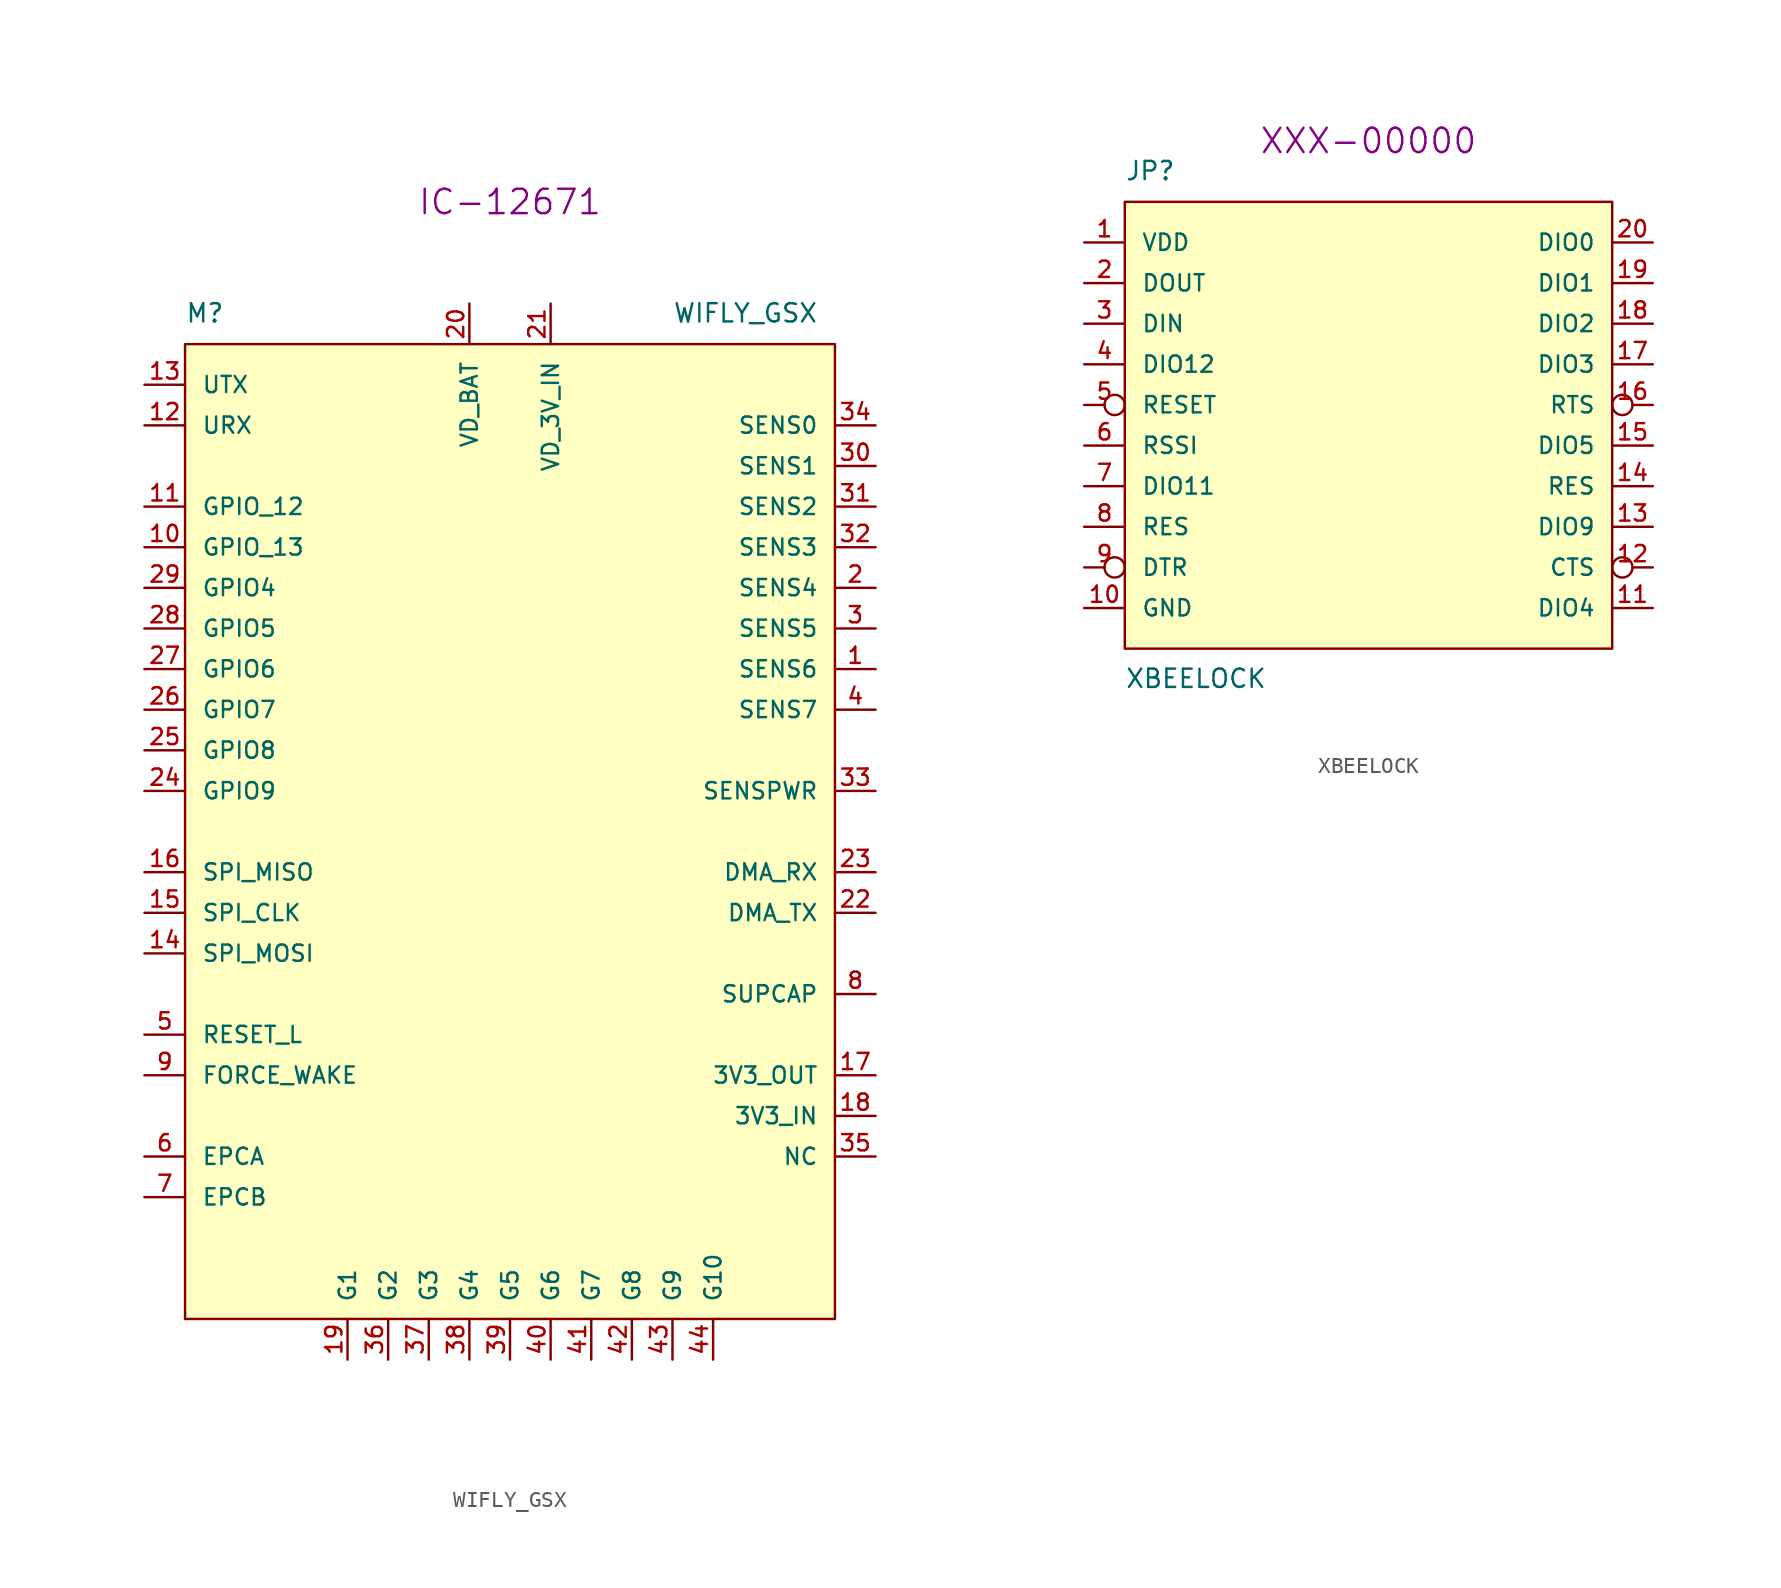
<source format=kicad_sym>
(kicad_symbol_lib
  (version 20201005)
  (generator kicad_symbol_editor)
  (symbol "WIFLY_GSX"
    (pin_names
      (offset 1.016))
    (property "Reference" "M"
      (at -20.32 36.83 0)
      (effects (font (size 1.143 1.143)) (justify left bottom)))
    (property "Value" "WIFLY_GSX"
      (at 10.16 36.83 0)
      (effects (font (size 1.143 1.143)) (justify left bottom)))
    (property "Field4" "IC-12671"
      (at 0 44.45 0)
      (effects (font (size 1.524 1.524))))
    (property "ki_locked" ""
      (at 0 0 0)
      (effects (font (size 1.27 1.27))))
    (symbol "WIFLY_GSX_1_1"
      (polyline (pts (xy -20.32 -25.4) (xy 20.32 -25.4) (xy 20.32 35.56) (xy -20.32 35.56) (xy -20.32 -25.4)) (stroke (width 0)) (fill (type background)))
      (pin bidirectional line (at 22.86 15.24 180) (length 2.54) (name "SENS6" (effects (font (size 1.016 1.016)))) (number "1" (effects (font (size 1.016 1.016)))))
      (pin bidirectional line (at 22.86 20.32 180) (length 2.54) (name "SENS4" (effects (font (size 1.016 1.016)))) (number "2" (effects (font (size 1.016 1.016)))))
      (pin bidirectional line (at 22.86 17.78 180) (length 2.54) (name "SENS5" (effects (font (size 1.016 1.016)))) (number "3" (effects (font (size 1.016 1.016)))))
      (pin bidirectional line (at 22.86 12.7 180) (length 2.54) (name "SENS7" (effects (font (size 1.016 1.016)))) (number "4" (effects (font (size 1.016 1.016)))))
      (pin bidirectional line (at -22.86 -7.62 0) (length 2.54) (name "RESET_L" (effects (font (size 1.016 1.016)))) (number "5" (effects (font (size 1.016 1.016)))))
      (pin bidirectional line (at -22.86 -15.24 0) (length 2.54) (name "EPCA" (effects (font (size 1.016 1.016)))) (number "6" (effects (font (size 1.016 1.016)))))
      (pin bidirectional line (at -22.86 -17.78 0) (length 2.54) (name "EPCB" (effects (font (size 1.016 1.016)))) (number "7" (effects (font (size 1.016 1.016)))))
      (pin bidirectional line (at 22.86 -5.08 180) (length 2.54) (name "SUPCAP" (effects (font (size 1.016 1.016)))) (number "8" (effects (font (size 1.016 1.016)))))
      (pin bidirectional line (at -22.86 -10.16 0) (length 2.54) (name "FORCE_WAKE" (effects (font (size 1.016 1.016)))) (number "9" (effects (font (size 1.016 1.016)))))
      (pin bidirectional line (at -22.86 22.86 0) (length 2.54) (name "GPIO_13" (effects (font (size 1.016 1.016)))) (number "10" (effects (font (size 1.016 1.016)))))
      (pin bidirectional line (at -2.54 38.1 270) (length 2.54) (name "VD_BAT" (effects (font (size 1.016 1.016)))) (number "20" (effects (font (size 1.016 1.016)))))
      (pin bidirectional line (at 22.86 27.94 180) (length 2.54) (name "SENS1" (effects (font (size 1.016 1.016)))) (number "30" (effects (font (size 1.016 1.016)))))
      (pin bidirectional line (at 2.54 -27.94 90) (length 2.54) (name "G6" (effects (font (size 1.016 1.016)))) (number "40" (effects (font (size 1.016 1.016)))))
      (pin bidirectional line (at -22.86 25.4 0) (length 2.54) (name "GPIO_12" (effects (font (size 1.016 1.016)))) (number "11" (effects (font (size 1.016 1.016)))))
      (pin bidirectional line (at 2.54 38.1 270) (length 2.54) (name "VD_3V_IN" (effects (font (size 1.016 1.016)))) (number "21" (effects (font (size 1.016 1.016)))))
      (pin bidirectional line (at 22.86 25.4 180) (length 2.54) (name "SENS2" (effects (font (size 1.016 1.016)))) (number "31" (effects (font (size 1.016 1.016)))))
      (pin bidirectional line (at 5.08 -27.94 90) (length 2.54) (name "G7" (effects (font (size 1.016 1.016)))) (number "41" (effects (font (size 1.016 1.016)))))
      (pin bidirectional line (at -22.86 30.48 0) (length 2.54) (name "URX" (effects (font (size 1.016 1.016)))) (number "12" (effects (font (size 1.016 1.016)))))
      (pin bidirectional line (at 22.86 0 180) (length 2.54) (name "DMA_TX" (effects (font (size 1.016 1.016)))) (number "22" (effects (font (size 1.016 1.016)))))
      (pin bidirectional line (at 22.86 22.86 180) (length 2.54) (name "SENS3" (effects (font (size 1.016 1.016)))) (number "32" (effects (font (size 1.016 1.016)))))
      (pin bidirectional line (at 7.62 -27.94 90) (length 2.54) (name "G8" (effects (font (size 1.016 1.016)))) (number "42" (effects (font (size 1.016 1.016)))))
      (pin bidirectional line (at -22.86 33.02 0) (length 2.54) (name "UTX" (effects (font (size 1.016 1.016)))) (number "13" (effects (font (size 1.016 1.016)))))
      (pin bidirectional line (at 22.86 2.54 180) (length 2.54) (name "DMA_RX" (effects (font (size 1.016 1.016)))) (number "23" (effects (font (size 1.016 1.016)))))
      (pin bidirectional line (at 22.86 7.62 180) (length 2.54) (name "SENSPWR" (effects (font (size 1.016 1.016)))) (number "33" (effects (font (size 1.016 1.016)))))
      (pin bidirectional line (at 10.16 -27.94 90) (length 2.54) (name "G9" (effects (font (size 1.016 1.016)))) (number "43" (effects (font (size 1.016 1.016)))))
      (pin bidirectional line (at -22.86 -2.54 0) (length 2.54) (name "SPI_MOSI" (effects (font (size 1.016 1.016)))) (number "14" (effects (font (size 1.016 1.016)))))
      (pin bidirectional line (at -22.86 7.62 0) (length 2.54) (name "GPIO9" (effects (font (size 1.016 1.016)))) (number "24" (effects (font (size 1.016 1.016)))))
      (pin bidirectional line (at 22.86 30.48 180) (length 2.54) (name "SENS0" (effects (font (size 1.016 1.016)))) (number "34" (effects (font (size 1.016 1.016)))))
      (pin bidirectional line (at 12.7 -27.94 90) (length 2.54) (name "G10" (effects (font (size 1.016 1.016)))) (number "44" (effects (font (size 1.016 1.016)))))
      (pin bidirectional line (at -22.86 0 0) (length 2.54) (name "SPI_CLK" (effects (font (size 1.016 1.016)))) (number "15" (effects (font (size 1.016 1.016)))))
      (pin bidirectional line (at -22.86 10.16 0) (length 2.54) (name "GPIO8" (effects (font (size 1.016 1.016)))) (number "25" (effects (font (size 1.016 1.016)))))
      (pin bidirectional line (at 22.86 -15.24 180) (length 2.54) (name "NC" (effects (font (size 1.016 1.016)))) (number "35" (effects (font (size 1.016 1.016)))))
      (pin bidirectional line (at -22.86 2.54 0) (length 2.54) (name "SPI_MISO" (effects (font (size 1.016 1.016)))) (number "16" (effects (font (size 1.016 1.016)))))
      (pin bidirectional line (at -22.86 12.7 0) (length 2.54) (name "GPIO7" (effects (font (size 1.016 1.016)))) (number "26" (effects (font (size 1.016 1.016)))))
      (pin bidirectional line (at -7.62 -27.94 90) (length 2.54) (name "G2" (effects (font (size 1.016 1.016)))) (number "36" (effects (font (size 1.016 1.016)))))
      (pin bidirectional line (at 22.86 -10.16 180) (length 2.54) (name "3V3_OUT" (effects (font (size 1.016 1.016)))) (number "17" (effects (font (size 1.016 1.016)))))
      (pin bidirectional line (at -22.86 15.24 0) (length 2.54) (name "GPIO6" (effects (font (size 1.016 1.016)))) (number "27" (effects (font (size 1.016 1.016)))))
      (pin bidirectional line (at -5.08 -27.94 90) (length 2.54) (name "G3" (effects (font (size 1.016 1.016)))) (number "37" (effects (font (size 1.016 1.016)))))
      (pin bidirectional line (at 22.86 -12.7 180) (length 2.54) (name "3V3_IN" (effects (font (size 1.016 1.016)))) (number "18" (effects (font (size 1.016 1.016)))))
      (pin bidirectional line (at -22.86 17.78 0) (length 2.54) (name "GPIO5" (effects (font (size 1.016 1.016)))) (number "28" (effects (font (size 1.016 1.016)))))
      (pin bidirectional line (at -2.54 -27.94 90) (length 2.54) (name "G4" (effects (font (size 1.016 1.016)))) (number "38" (effects (font (size 1.016 1.016)))))
      (pin bidirectional line (at -10.16 -27.94 90) (length 2.54) (name "G1" (effects (font (size 1.016 1.016)))) (number "19" (effects (font (size 1.016 1.016)))))
      (pin bidirectional line (at -22.86 20.32 0) (length 2.54) (name "GPIO4" (effects (font (size 1.016 1.016)))) (number "29" (effects (font (size 1.016 1.016)))))
      (pin bidirectional line (at 0 -27.94 90) (length 2.54) (name "G5" (effects (font (size 1.016 1.016)))) (number "39" (effects (font (size 1.016 1.016)))))))
  (symbol "XBEELOCK"
    (pin_names
      (offset 1.016))
    (property "Reference" "JP"
      (at -15.24 13.97 0)
      (effects (font (size 1.143 1.143)) (justify left bottom)))
    (property "Value" "XBEELOCK"
      (at -15.24 -17.78 0)
      (effects (font (size 1.143 1.143)) (justify left bottom)))
    (property "Field4" "XXX-00000"
      (at 0 16.51 0)
      (effects (font (size 1.524 1.524))))
    (property "ki_locked" ""
      (at 0 0 0)
      (effects (font (size 1.27 1.27))))
    (symbol "XBEELOCK_1_1"
      (polyline (pts (xy -15.24 12.7) (xy 15.24 12.7) (xy 15.24 -15.24) (xy -15.24 -15.24) (xy -15.24 12.7)) (stroke (width 0)) (fill (type background)))
      (pin power_in line (at -17.78 10.16 0) (length 2.54) (name "VDD" (effects (font (size 1.016 1.016)))) (number "1" (effects (font (size 1.016 1.016)))))
      (pin output line (at -17.78 7.62 0) (length 2.54) (name "DOUT" (effects (font (size 1.016 1.016)))) (number "2" (effects (font (size 1.016 1.016)))))
      (pin input line (at -17.78 5.08 0) (length 2.54) (name "DIN" (effects (font (size 1.016 1.016)))) (number "3" (effects (font (size 1.016 1.016)))))
      (pin bidirectional line (at -17.78 2.54 0) (length 2.54) (name "DIO12" (effects (font (size 1.016 1.016)))) (number "4" (effects (font (size 1.016 1.016)))))
      (pin input inverted (at -17.78 0 0) (length 2.54) (name "RESET" (effects (font (size 1.016 1.016)))) (number "5" (effects (font (size 1.016 1.016)))))
      (pin bidirectional line (at -17.78 -2.54 0) (length 2.54) (name "RSSI" (effects (font (size 1.016 1.016)))) (number "6" (effects (font (size 1.016 1.016)))))
      (pin bidirectional line (at -17.78 -5.08 0) (length 2.54) (name "DIO11" (effects (font (size 1.016 1.016)))) (number "7" (effects (font (size 1.016 1.016)))))
      (pin bidirectional line (at -17.78 -7.62 0) (length 2.54) (name "RES" (effects (font (size 1.016 1.016)))) (number "8" (effects (font (size 1.016 1.016)))))
      (pin bidirectional inverted (at -17.78 -10.16 0) (length 2.54) (name "DTR" (effects (font (size 1.016 1.016)))) (number "9" (effects (font (size 1.016 1.016)))))
      (pin power_in line (at -17.78 -12.7 0) (length 2.54) (name "GND" (effects (font (size 1.016 1.016)))) (number "10" (effects (font (size 1.016 1.016)))))
      (pin bidirectional line (at 17.78 10.16 180) (length 2.54) (name "DIO0" (effects (font (size 1.016 1.016)))) (number "20" (effects (font (size 1.016 1.016)))))
      (pin bidirectional line (at 17.78 -12.7 180) (length 2.54) (name "DIO4" (effects (font (size 1.016 1.016)))) (number "11" (effects (font (size 1.016 1.016)))))
      (pin output inverted (at 17.78 -10.16 180) (length 2.54) (name "CTS" (effects (font (size 1.016 1.016)))) (number "12" (effects (font (size 1.016 1.016)))))
      (pin bidirectional line (at 17.78 -7.62 180) (length 2.54) (name "DIO9" (effects (font (size 1.016 1.016)))) (number "13" (effects (font (size 1.016 1.016)))))
      (pin bidirectional line (at 17.78 -5.08 180) (length 2.54) (name "RES" (effects (font (size 1.016 1.016)))) (number "14" (effects (font (size 1.016 1.016)))))
      (pin bidirectional line (at 17.78 -2.54 180) (length 2.54) (name "DIO5" (effects (font (size 1.016 1.016)))) (number "15" (effects (font (size 1.016 1.016)))))
      (pin input inverted (at 17.78 0 180) (length 2.54) (name "RTS" (effects (font (size 1.016 1.016)))) (number "16" (effects (font (size 1.016 1.016)))))
      (pin bidirectional line (at 17.78 2.54 180) (length 2.54) (name "DIO3" (effects (font (size 1.016 1.016)))) (number "17" (effects (font (size 1.016 1.016)))))
      (pin bidirectional line (at 17.78 5.08 180) (length 2.54) (name "DIO2" (effects (font (size 1.016 1.016)))) (number "18" (effects (font (size 1.016 1.016)))))
      (pin bidirectional line (at 17.78 7.62 180) (length 2.54) (name "DIO1" (effects (font (size 1.016 1.016)))) (number "19" (effects (font (size 1.016 1.016))))))))
</source>
